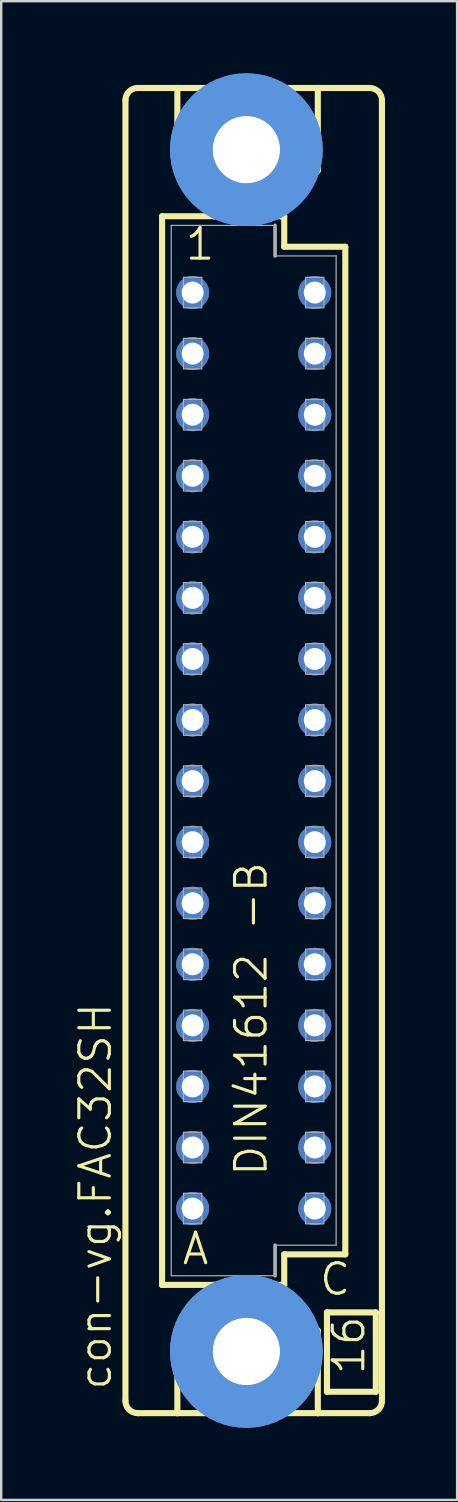
<source format=kicad_pcb>
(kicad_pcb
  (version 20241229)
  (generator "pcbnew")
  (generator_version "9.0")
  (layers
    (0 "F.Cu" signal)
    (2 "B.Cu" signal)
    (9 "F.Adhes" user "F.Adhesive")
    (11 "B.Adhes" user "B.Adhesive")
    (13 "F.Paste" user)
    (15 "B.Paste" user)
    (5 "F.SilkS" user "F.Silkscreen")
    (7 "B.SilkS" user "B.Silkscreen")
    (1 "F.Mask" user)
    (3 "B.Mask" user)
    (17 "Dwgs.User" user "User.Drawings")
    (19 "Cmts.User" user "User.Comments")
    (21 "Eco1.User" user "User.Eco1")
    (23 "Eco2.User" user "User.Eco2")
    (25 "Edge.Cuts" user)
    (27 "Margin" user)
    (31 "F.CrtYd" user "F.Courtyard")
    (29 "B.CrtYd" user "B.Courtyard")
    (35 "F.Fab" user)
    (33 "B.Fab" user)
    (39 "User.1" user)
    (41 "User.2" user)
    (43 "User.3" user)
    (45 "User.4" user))
  (footprint "con-vg.FAC32SH"
    (layer "F.Cu")
    (at 7.502 28.169)
    (property "Reference" "con-vg.FAC32SH" (at -5.842 26.67 90) (layer "F.SilkS") (effects (font (size 1.27 1.27) (thickness 0.13)) (justify left bottom)))
    (attr through_hole)
    (fp_line (start -5.334 27.051) (end -5.334 -27.051) (stroke (width 0.254) (type default)) (layer "F.SilkS"))
    (fp_line (start -4.826 -27.559) (end -3.175 -27.559) (stroke (width 0.254) (type default)) (layer "F.SilkS"))
    (fp_line (start -4.826 27.559) (end -3.175 27.559) (stroke (width 0.254) (type default)) (layer "F.SilkS"))
    (fp_line (start -3.81 -22.225) (end -3.81 22.225) (stroke (width 0.254) (type default)) (layer "F.SilkS"))
    (fp_line (start -3.81 22.225) (end -1.651 22.225) (stroke (width 0.254) (type default)) (layer "F.SilkS"))
    (fp_line (start -3.175 -27.559) (end -3.175 -24.13) (stroke (width 0.254) (type default)) (layer "F.SilkS"))
    (fp_line (start -3.175 27.559) (end -3.175 24.13) (stroke (width 0.254) (type default)) (layer "F.SilkS"))
    (fp_line (start -3.175 27.559) (end 2.667 27.559) (stroke (width 0.254) (type default)) (layer "F.SilkS"))
    (fp_line (start -1.651 -22.225) (end -3.81 -22.225) (stroke (width 0.254) (type default)) (layer "F.SilkS"))
    (fp_line (start -1.651 -22.225) (end -3.175 -24.13) (stroke (width 0.254) (type default)) (layer "F.SilkS"))
    (fp_line (start -1.651 22.225) (end -3.175 24.13) (stroke (width 0.254) (type default)) (layer "F.SilkS"))
    (fp_line (start -1.651 22.225) (end 1.143 22.225) (stroke (width 0.254) (type default)) (layer "F.SilkS"))
    (fp_line (start 1.143 -22.225) (end -1.651 -22.225) (stroke (width 0.254) (type default)) (layer "F.SilkS"))
    (fp_line (start 1.143 -22.225) (end 2.667 -24.13) (stroke (width 0.254) (type default)) (layer "F.SilkS"))
    (fp_line (start 1.143 22.225) (end 1.27 22.225) (stroke (width 0.254) (type default)) (layer "F.SilkS"))
    (fp_line (start 1.143 22.225) (end 2.667 24.13) (stroke (width 0.254) (type default)) (layer "F.SilkS"))
    (fp_line (start 1.27 -22.225) (end 1.143 -22.225) (stroke (width 0.254) (type default)) (layer "F.SilkS"))
    (fp_line (start 1.27 -20.955) (end 1.27 -22.225) (stroke (width 0.254) (type default)) (layer "F.SilkS"))
    (fp_line (start 1.27 20.955) (end 3.81 20.955) (stroke (width 0.254) (type default)) (layer "F.SilkS"))
    (fp_line (start 1.27 22.225) (end 1.27 20.955) (stroke (width 0.254) (type default)) (layer "F.SilkS"))
    (fp_line (start 2.667 -27.559) (end -3.175 -27.559) (stroke (width 0.254) (type default)) (layer "F.SilkS"))
    (fp_line (start 2.667 -27.559) (end 2.667 -24.13) (stroke (width 0.254) (type default)) (layer "F.SilkS"))
    (fp_line (start 2.667 27.559) (end 2.667 24.13) (stroke (width 0.254) (type default)) (layer "F.SilkS"))
    (fp_line (start 2.667 27.559) (end 4.826 27.559) (stroke (width 0.254) (type default)) (layer "F.SilkS"))
    (fp_line (start 3.048 26.67) (end 3.048 23.368) (stroke (width 0.254) (type default)) (layer "F.SilkS"))
    (fp_line (start 3.048 26.67) (end 5.08 26.67) (stroke (width 0.254) (type default)) (layer "F.SilkS"))
    (fp_line (start 3.81 -20.955) (end 1.27 -20.955) (stroke (width 0.254) (type default)) (layer "F.SilkS"))
    (fp_line (start 3.81 20.955) (end 3.81 -20.955) (stroke (width 0.254) (type default)) (layer "F.SilkS"))
    (fp_line (start 4.826 -27.559) (end 2.667 -27.559) (stroke (width 0.254) (type default)) (layer "F.SilkS"))
    (fp_line (start 5.08 23.368) (end 3.048 23.368) (stroke (width 0.254) (type default)) (layer "F.SilkS"))
    (fp_line (start 5.08 23.368) (end 5.08 26.67) (stroke (width 0.254) (type default)) (layer "F.SilkS"))
    (fp_line (start 5.334 27.051) (end 5.334 -27.051) (stroke (width 0.254) (type default)) (layer "F.SilkS"))
    (fp_arc (start -5.334 -27.051) (mid -5.18521 -27.41021) (end -4.826 -27.559) (stroke (width 0.254) (type default)) (layer "F.SilkS"))
    (fp_arc (start -4.826 27.559) (mid -5.18521 27.41021) (end -5.334 27.051) (stroke (width 0.254) (type default)) (layer "F.SilkS"))
    (fp_arc (start 4.826 -27.559) (mid 5.18521 -27.41021) (end 5.334 -27.051) (stroke (width 0.254) (type default)) (layer "F.SilkS"))
    (fp_arc (start 5.334 27.051) (mid 5.18521 27.41021) (end 4.826 27.559) (stroke (width 0.254) (type default)) (layer "F.SilkS"))
    (fp_circle (center -0.305 -24.994) (end 0.965 -24.994) (stroke (width 0.254) (type default)) (fill no) (layer "F.SilkS"))
    (fp_circle (center -0.305 24.994) (end 0.965 24.994) (stroke (width 0.254) (type default)) (fill no) (layer "F.SilkS"))
    (fp_circle (center -0.305 -24.994) (end 1.981 -24.994) (stroke (width 1.778) (type default)) (fill no) (layer "Cmts.User"))
    (fp_circle (center -0.305 -24.994) (end 1.981 -24.994) (stroke (width 1.778) (type default)) (fill no) (layer "Cmts.User"))
    (fp_circle (center -0.305 24.994) (end 1.981 24.994) (stroke (width 1.778) (type default)) (fill no) (layer "Cmts.User"))
    (fp_circle (center -0.305 24.994) (end 1.981 24.994) (stroke (width 1.778) (type default)) (fill no) (layer "Cmts.User"))
    (fp_line (start -3.429 -21.844) (end -3.429 21.844) (stroke (width 0.051) (type default)) (layer "F.Fab"))
    (fp_line (start -3.429 -21.844) (end 0.889 -21.844) (stroke (width 0.051) (type default)) (layer "F.Fab"))
    (fp_line (start -3.429 21.844) (end 0.889 21.844) (stroke (width 0.051) (type default)) (layer "F.Fab"))
    (fp_line (start 0.889 -21.844) (end 0.889 -20.574) (stroke (width 0.152) (type default)) (layer "F.Fab"))
    (fp_line (start 0.889 -20.574) (end 3.429 -20.574) (stroke (width 0.051) (type default)) (layer "F.Fab"))
    (fp_line (start 0.889 20.574) (end 3.429 20.574) (stroke (width 0.051) (type default)) (layer "F.Fab"))
    (fp_line (start 0.889 21.844) (end 0.889 20.574) (stroke (width 0.152) (type default)) (layer "F.Fab"))
    (fp_line (start 3.429 -20.574) (end 3.429 20.574) (stroke (width 0.051) (type default)) (layer "F.Fab"))
    (fp_rect (start -2.921 -18.415) (end -2.159 -19.685) (stroke (width 0.05) (type default)) (fill no) (layer "F.Fab"))
    (fp_rect (start -2.921 -15.875) (end -2.159 -17.145) (stroke (width 0.05) (type default)) (fill no) (layer "F.Fab"))
    (fp_rect (start -2.921 -13.335) (end -2.159 -14.605) (stroke (width 0.05) (type default)) (fill no) (layer "F.Fab"))
    (fp_rect (start -2.921 -10.795) (end -2.159 -12.065) (stroke (width 0.05) (type default)) (fill no) (layer "F.Fab"))
    (fp_rect (start -2.921 -8.255) (end -2.159 -9.525) (stroke (width 0.05) (type default)) (fill no) (layer "F.Fab"))
    (fp_rect (start -2.921 -5.715) (end -2.159 -6.985) (stroke (width 0.05) (type default)) (fill no) (layer "F.Fab"))
    (fp_rect (start -2.921 -3.175) (end -2.159 -4.445) (stroke (width 0.05) (type default)) (fill no) (layer "F.Fab"))
    (fp_rect (start -2.921 -0.635) (end -2.159 -1.905) (stroke (width 0.05) (type default)) (fill no) (layer "F.Fab"))
    (fp_rect (start -2.921 1.905) (end -2.159 0.635) (stroke (width 0.05) (type default)) (fill no) (layer "F.Fab"))
    (fp_rect (start -2.921 4.445) (end -2.159 3.175) (stroke (width 0.05) (type default)) (fill no) (layer "F.Fab"))
    (fp_rect (start -2.921 6.985) (end -2.159 5.715) (stroke (width 0.05) (type default)) (fill no) (layer "F.Fab"))
    (fp_rect (start -2.921 9.525) (end -2.159 8.255) (stroke (width 0.05) (type default)) (fill no) (layer "F.Fab"))
    (fp_rect (start -2.921 12.065) (end -2.159 10.795) (stroke (width 0.05) (type default)) (fill no) (layer "F.Fab"))
    (fp_rect (start -2.921 14.605) (end -2.159 13.335) (stroke (width 0.05) (type default)) (fill no) (layer "F.Fab"))
    (fp_rect (start -2.921 17.145) (end -2.159 15.875) (stroke (width 0.05) (type default)) (fill no) (layer "F.Fab"))
    (fp_rect (start -2.921 19.685) (end -2.159 18.415) (stroke (width 0.05) (type default)) (fill no) (layer "F.Fab"))
    (fp_rect (start 2.159 -18.415) (end 2.921 -19.685) (stroke (width 0.05) (type default)) (fill no) (layer "F.Fab"))
    (fp_rect (start 2.159 -15.875) (end 2.921 -17.145) (stroke (width 0.05) (type default)) (fill no) (layer "F.Fab"))
    (fp_rect (start 2.159 -13.335) (end 2.921 -14.605) (stroke (width 0.05) (type default)) (fill no) (layer "F.Fab"))
    (fp_rect (start 2.159 -10.795) (end 2.921 -12.065) (stroke (width 0.05) (type default)) (fill no) (layer "F.Fab"))
    (fp_rect (start 2.159 -8.255) (end 2.921 -9.525) (stroke (width 0.05) (type default)) (fill no) (layer "F.Fab"))
    (fp_rect (start 2.159 -5.715) (end 2.921 -6.985) (stroke (width 0.05) (type default)) (fill no) (layer "F.Fab"))
    (fp_rect (start 2.159 -3.175) (end 2.921 -4.445) (stroke (width 0.05) (type default)) (fill no) (layer "F.Fab"))
    (fp_rect (start 2.159 -0.635) (end 2.921 -1.905) (stroke (width 0.05) (type default)) (fill no) (layer "F.Fab"))
    (fp_rect (start 2.159 1.905) (end 2.921 0.635) (stroke (width 0.05) (type default)) (fill no) (layer "F.Fab"))
    (fp_rect (start 2.159 4.445) (end 2.921 3.175) (stroke (width 0.05) (type default)) (fill no) (layer "F.Fab"))
    (fp_rect (start 2.159 6.985) (end 2.921 5.715) (stroke (width 0.05) (type default)) (fill no) (layer "F.Fab"))
    (fp_rect (start 2.159 9.525) (end 2.921 8.255) (stroke (width 0.05) (type default)) (fill no) (layer "F.Fab"))
    (fp_rect (start 2.159 12.065) (end 2.921 10.795) (stroke (width 0.05) (type default)) (fill no) (layer "F.Fab"))
    (fp_rect (start 2.159 14.605) (end 2.921 13.335) (stroke (width 0.05) (type default)) (fill no) (layer "F.Fab"))
    (fp_rect (start 2.159 17.145) (end 2.921 15.875) (stroke (width 0.05) (type default)) (fill no) (layer "F.Fab"))
    (fp_rect (start 2.159 19.685) (end 2.921 18.415) (stroke (width 0.05) (type default)) (fill no) (layer "F.Fab"))
    (fp_text user "A" (at -3.048 21.463 0) (layer "F.SilkS") (effects (font (size 1.27 1.27) (thickness 0.13)) (justify left bottom)))
    (fp_text user "16" (at 4.699 26.035 90) (layer "F.SilkS") (effects (font (size 1.27 1.27) (thickness 0.13)) (justify left bottom)))
    (fp_text user "DIN41612 -B" (at 0.635 17.78 90) (layer "F.SilkS") (effects (font (size 1.27 1.27) (thickness 0.13)) (justify left bottom)))
    (fp_text user "1" (at -2.921 -20.32 0) (layer "F.SilkS") (effects (font (size 1.27 1.27) (thickness 0.13)) (justify left bottom)))
    (fp_text user "C" (at 2.667 22.733 0) (layer "F.SilkS") (effects (font (size 1.27 1.27) (thickness 0.13)) (justify left bottom)))
    (pad "" np_thru_hole circle (at -0.305 -24.994) (size 2.794 2.794) (drill 2.794) (layers "*.Cu" "*.Mask"))
    (pad "" np_thru_hole circle (at -0.305 24.994) (size 2.794 2.794) (drill 2.794) (layers "*.Cu" "*.Mask"))
    (pad "A1" thru_hole circle (at -2.54 -19.05) (size 1.372 1.372) (drill 0.914) (layers "*.Cu" "*.Mask"))
    (pad "A2" thru_hole circle (at -2.54 -16.51) (size 1.372 1.372) (drill 0.914) (layers "*.Cu" "*.Mask"))
    (pad "A3" thru_hole circle (at -2.54 -13.97) (size 1.372 1.372) (drill 0.914) (layers "*.Cu" "*.Mask"))
    (pad "A4" thru_hole circle (at -2.54 -11.43) (size 1.372 1.372) (drill 0.914) (layers "*.Cu" "*.Mask"))
    (pad "A5" thru_hole circle (at -2.54 -8.89) (size 1.372 1.372) (drill 0.914) (layers "*.Cu" "*.Mask"))
    (pad "A6" thru_hole circle (at -2.54 -6.35) (size 1.372 1.372) (drill 0.914) (layers "*.Cu" "*.Mask"))
    (pad "A7" thru_hole circle (at -2.54 -3.81) (size 1.372 1.372) (drill 0.914) (layers "*.Cu" "*.Mask"))
    (pad "A8" thru_hole circle (at -2.54 -1.27) (size 1.372 1.372) (drill 0.914) (layers "*.Cu" "*.Mask"))
    (pad "A9" thru_hole circle (at -2.54 1.27) (size 1.372 1.372) (drill 0.914) (layers "*.Cu" "*.Mask"))
    (pad "A10" thru_hole circle (at -2.54 3.81) (size 1.372 1.372) (drill 0.914) (layers "*.Cu" "*.Mask"))
    (pad "A11" thru_hole circle (at -2.54 6.35) (size 1.372 1.372) (drill 0.914) (layers "*.Cu" "*.Mask"))
    (pad "A12" thru_hole circle (at -2.54 8.89) (size 1.372 1.372) (drill 0.914) (layers "*.Cu" "*.Mask"))
    (pad "A13" thru_hole circle (at -2.54 11.43) (size 1.372 1.372) (drill 0.914) (layers "*.Cu" "*.Mask"))
    (pad "A14" thru_hole circle (at -2.54 13.97) (size 1.372 1.372) (drill 0.914) (layers "*.Cu" "*.Mask"))
    (pad "A15" thru_hole circle (at -2.54 16.51) (size 1.372 1.372) (drill 0.914) (layers "*.Cu" "*.Mask"))
    (pad "A16" thru_hole circle (at -2.54 19.05) (size 1.372 1.372) (drill 0.914) (layers "*.Cu" "*.Mask"))
    (pad "C1" thru_hole circle (at 2.54 -19.05) (size 1.372 1.372) (drill 0.914) (layers "*.Cu" "*.Mask"))
    (pad "C2" thru_hole circle (at 2.54 -16.51) (size 1.372 1.372) (drill 0.914) (layers "*.Cu" "*.Mask"))
    (pad "C3" thru_hole circle (at 2.54 -13.97) (size 1.372 1.372) (drill 0.914) (layers "*.Cu" "*.Mask"))
    (pad "C4" thru_hole circle (at 2.54 -11.43) (size 1.372 1.372) (drill 0.914) (layers "*.Cu" "*.Mask"))
    (pad "C5" thru_hole circle (at 2.54 -8.89) (size 1.372 1.372) (drill 0.914) (layers "*.Cu" "*.Mask"))
    (pad "C6" thru_hole circle (at 2.54 -6.35) (size 1.372 1.372) (drill 0.914) (layers "*.Cu" "*.Mask"))
    (pad "C7" thru_hole circle (at 2.54 -3.81) (size 1.372 1.372) (drill 0.914) (layers "*.Cu" "*.Mask"))
    (pad "C8" thru_hole circle (at 2.54 -1.27) (size 1.372 1.372) (drill 0.914) (layers "*.Cu" "*.Mask"))
    (pad "C9" thru_hole circle (at 2.54 1.27) (size 1.372 1.372) (drill 0.914) (layers "*.Cu" "*.Mask"))
    (pad "C10" thru_hole circle (at 2.54 3.81) (size 1.372 1.372) (drill 0.914) (layers "*.Cu" "*.Mask"))
    (pad "C11" thru_hole circle (at 2.54 6.35) (size 1.372 1.372) (drill 0.914) (layers "*.Cu" "*.Mask"))
    (pad "C12" thru_hole circle (at 2.54 8.89) (size 1.372 1.372) (drill 0.914) (layers "*.Cu" "*.Mask"))
    (pad "C13" thru_hole circle (at 2.54 11.43) (size 1.372 1.372) (drill 0.914) (layers "*.Cu" "*.Mask"))
    (pad "C14" thru_hole circle (at 2.54 13.97) (size 1.372 1.372) (drill 0.914) (layers "*.Cu" "*.Mask"))
    (pad "C15" thru_hole circle (at 2.54 16.51) (size 1.372 1.372) (drill 0.914) (layers "*.Cu" "*.Mask"))
    (pad "C16" thru_hole circle (at 2.54 19.05) (size 1.372 1.372) (drill 0.914) (layers "*.Cu" "*.Mask")))
  (gr_rect
    (start -3 -3)
    (end 15.963 59.337)
    (stroke (width 0.1) (type default))
    (fill no)
    (layer "Edge.Cuts")))
</source>
